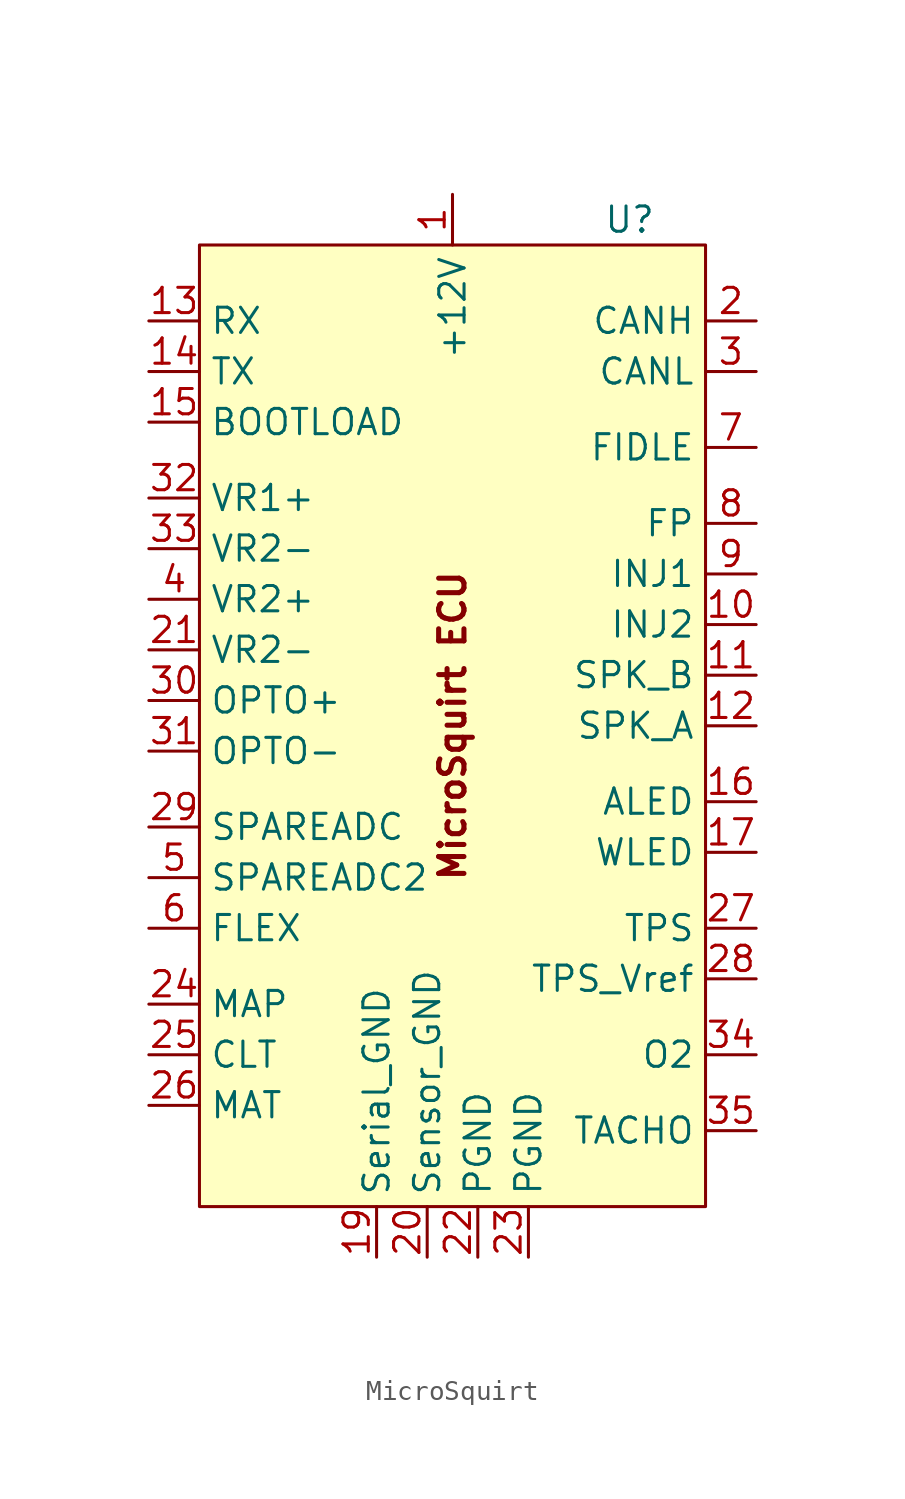
<source format=kicad_sym>
(kicad_symbol_lib
  (version 20231120)
  (generator "kicad_symbol_editor")
  (generator_version "8.0")
  (symbol "MicroSquirt"
    (property "Reference" "U"
      (at 8.89 25.4 0)
      (effects (font (size 1.27 1.27))))
    (property "Value" ""
      (at 0 0 0)
      (effects (font (size 1.27 1.27))))
    (symbol "MicroSquirt_1_1"
      (rectangle (start -12.7 24.13) (end 12.7 -24.13) (stroke (width 0) (type default)) (fill (type background)))
      (text "MicroSquirt ECU" (at 0 0 900) (effects (font (size 1.27 1.27) (thickness 0.254) (bold yes))))
      (pin power_in line (at 0 26.67 270) (length 2.54) (name "+12V" (effects (font (size 1.27 1.27)))) (number "1" (effects (font (size 1.27 1.27)))))
      (pin output line (at 15.24 5.08 180) (length 2.54) (name "INJ2" (effects (font (size 1.27 1.27)))) (number "10" (effects (font (size 1.27 1.27)))))
      (pin output line (at 15.24 2.54 180) (length 2.54) (name "SPK_B" (effects (font (size 1.27 1.27)))) (number "11" (effects (font (size 1.27 1.27)))))
      (pin output line (at 15.24 0 180) (length 2.54) (name "SPK_A" (effects (font (size 1.27 1.27)))) (number "12" (effects (font (size 1.27 1.27)))))
      (pin input line (at -15.24 20.32 0) (length 2.54) (name "RX" (effects (font (size 1.27 1.27)))) (number "13" (effects (font (size 1.27 1.27)))))
      (pin output line (at -15.24 17.78 0) (length 2.54) (name "TX" (effects (font (size 1.27 1.27)))) (number "14" (effects (font (size 1.27 1.27)))))
      (pin input line (at -15.24 15.24 0) (length 2.54) (name "BOOTLOAD" (effects (font (size 1.27 1.27)))) (number "15" (effects (font (size 1.27 1.27)))))
      (pin output line (at 15.24 -3.81 180) (length 2.54) (name "ALED" (effects (font (size 1.27 1.27)))) (number "16" (effects (font (size 1.27 1.27)))))
      (pin output line (at 15.24 -6.35 180) (length 2.54) (name "WLED" (effects (font (size 1.27 1.27)))) (number "17" (effects (font (size 1.27 1.27)))))
      (pin power_in line (at -3.81 -26.67 90) (length 2.54) (name "Serial_GND" (effects (font (size 1.27 1.27)))) (number "19" (effects (font (size 1.27 1.27)))))
      (pin bidirectional line (at 15.24 20.32 180) (length 2.54) (name "CANH" (effects (font (size 1.27 1.27)))) (number "2" (effects (font (size 1.27 1.27)))))
      (pin power_in line (at -1.27 -26.67 90) (length 2.54) (name "Sensor_GND" (effects (font (size 1.27 1.27)))) (number "20" (effects (font (size 1.27 1.27)))))
      (pin input line (at -15.24 3.81 0) (length 2.54) (name "VR2-" (effects (font (size 1.27 1.27)))) (number "21" (effects (font (size 1.27 1.27)))))
      (pin power_in line (at 1.27 -26.67 90) (length 2.54) (name "PGND" (effects (font (size 1.27 1.27)))) (number "22" (effects (font (size 1.27 1.27)))))
      (pin power_in line (at 3.81 -26.67 90) (length 2.54) (name "PGND" (effects (font (size 1.27 1.27)))) (number "23" (effects (font (size 1.27 1.27)))))
      (pin input line (at -15.24 -13.97 0) (length 2.54) (name "MAP" (effects (font (size 1.27 1.27)))) (number "24" (effects (font (size 1.27 1.27)))))
      (pin input line (at -15.24 -16.51 0) (length 2.54) (name "CLT" (effects (font (size 1.27 1.27)))) (number "25" (effects (font (size 1.27 1.27)))))
      (pin input line (at -15.24 -19.05 0) (length 2.54) (name "MAT" (effects (font (size 1.27 1.27)))) (number "26" (effects (font (size 1.27 1.27)))))
      (pin input line (at 15.24 -10.16 180) (length 2.54) (name "TPS" (effects (font (size 1.27 1.27)))) (number "27" (effects (font (size 1.27 1.27)))))
      (pin power_in line (at 15.24 -12.7 180) (length 2.54) (name "TPS_Vref" (effects (font (size 1.27 1.27)))) (number "28" (effects (font (size 1.27 1.27)))))
      (pin input line (at -15.24 -5.08 0) (length 2.54) (name "SPAREADC" (effects (font (size 1.27 1.27)))) (number "29" (effects (font (size 1.27 1.27)))))
      (pin bidirectional line (at 15.24 17.78 180) (length 2.54) (name "CANL" (effects (font (size 1.27 1.27)))) (number "3" (effects (font (size 1.27 1.27)))))
      (pin input line (at -15.24 1.27 0) (length 2.54) (name "OPTO+" (effects (font (size 1.27 1.27)))) (number "30" (effects (font (size 1.27 1.27)))))
      (pin input line (at -15.24 -1.27 0) (length 2.54) (name "OPTO-" (effects (font (size 1.27 1.27)))) (number "31" (effects (font (size 1.27 1.27)))))
      (pin input line (at -15.24 11.43 0) (length 2.54) (name "VR1+" (effects (font (size 1.27 1.27)))) (number "32" (effects (font (size 1.27 1.27)))))
      (pin input line (at -15.24 8.89 0) (length 2.54) (name "VR2-" (effects (font (size 1.27 1.27)))) (number "33" (effects (font (size 1.27 1.27)))))
      (pin input line (at 15.24 -16.51 180) (length 2.54) (name "O2" (effects (font (size 1.27 1.27)))) (number "34" (effects (font (size 1.27 1.27)))))
      (pin output line (at 15.24 -20.32 180) (length 2.54) (name "TACHO" (effects (font (size 1.27 1.27)))) (number "35" (effects (font (size 1.27 1.27)))))
      (pin input line (at -15.24 6.35 0) (length 2.54) (name "VR2+" (effects (font (size 1.27 1.27)))) (number "4" (effects (font (size 1.27 1.27)))))
      (pin input line (at -15.24 -7.62 0) (length 2.54) (name "SPAREADC2" (effects (font (size 1.27 1.27)))) (number "5" (effects (font (size 1.27 1.27)))))
      (pin input line (at -15.24 -10.16 0) (length 2.54) (name "FLEX" (effects (font (size 1.27 1.27)))) (number "6" (effects (font (size 1.27 1.27)))))
      (pin output line (at 15.24 13.97 180) (length 2.54) (name "FIDLE" (effects (font (size 1.27 1.27)))) (number "7" (effects (font (size 1.27 1.27)))))
      (pin output line (at 15.24 10.16 180) (length 2.54) (name "FP" (effects (font (size 1.27 1.27)))) (number "8" (effects (font (size 1.27 1.27)))))
      (pin output line (at 15.24 7.62 180) (length 2.54) (name "INJ1" (effects (font (size 1.27 1.27)))) (number "9" (effects (font (size 1.27 1.27))))))))
</source>
